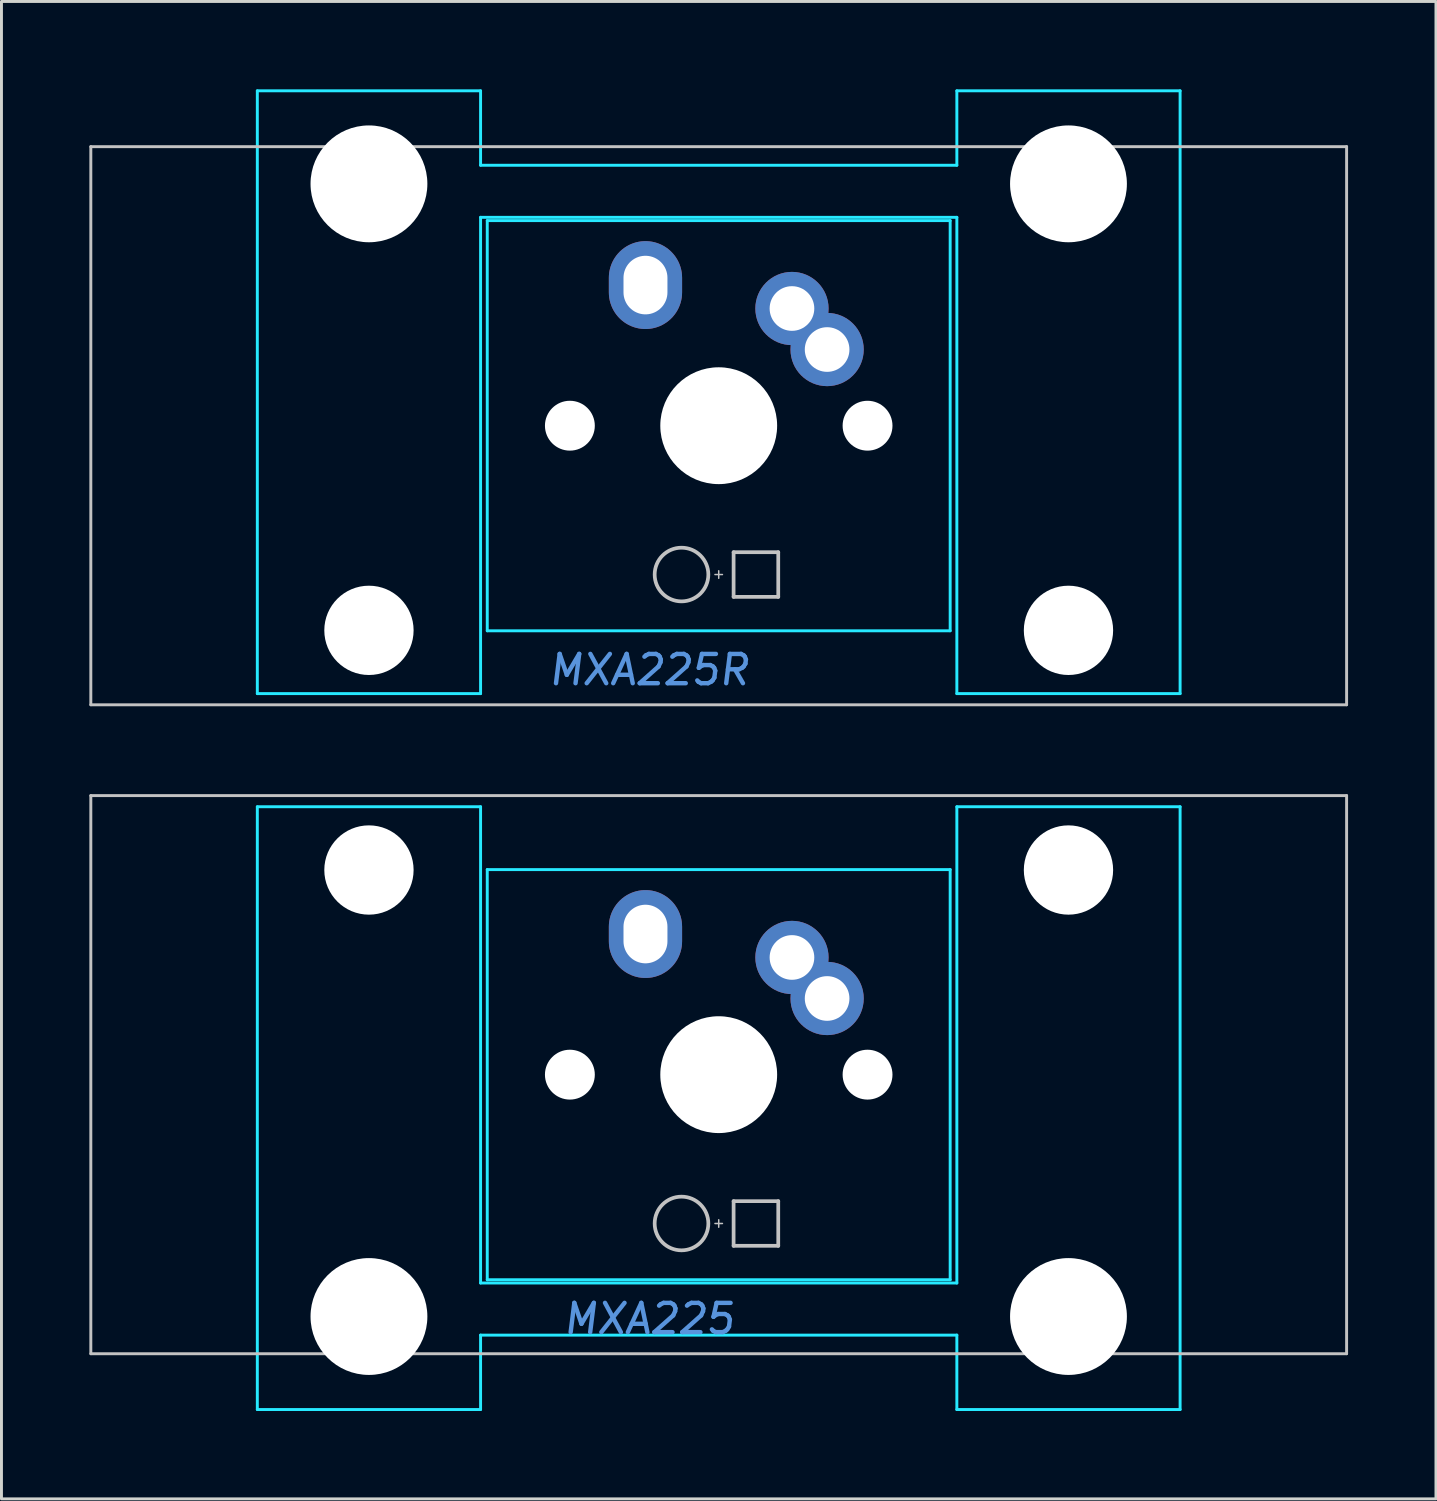
<source format=kicad_pcb>
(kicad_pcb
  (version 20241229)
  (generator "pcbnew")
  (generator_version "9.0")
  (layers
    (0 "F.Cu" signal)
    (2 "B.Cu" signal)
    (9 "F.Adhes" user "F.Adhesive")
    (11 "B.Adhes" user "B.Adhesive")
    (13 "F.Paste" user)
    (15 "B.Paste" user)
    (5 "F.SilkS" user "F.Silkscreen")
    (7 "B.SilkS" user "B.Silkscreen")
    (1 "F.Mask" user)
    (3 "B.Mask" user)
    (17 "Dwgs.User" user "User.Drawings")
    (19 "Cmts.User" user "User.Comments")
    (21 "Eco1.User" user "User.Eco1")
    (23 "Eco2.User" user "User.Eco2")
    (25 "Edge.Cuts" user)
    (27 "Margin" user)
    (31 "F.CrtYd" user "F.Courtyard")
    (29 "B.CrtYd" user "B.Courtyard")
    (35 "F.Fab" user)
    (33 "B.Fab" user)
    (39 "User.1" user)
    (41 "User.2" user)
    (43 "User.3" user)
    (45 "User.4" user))
  (footprint "MXA225"
    (layer "F.Cu")
    (at 21.481 33.63)
    (property "Reference" "MXA225" (at -2.381 8.334 0) (layer "Cmts.User") (effects (font (size 1 1) (thickness 0.15) (italic yes))))
    (attr through_hole)
    (fp_line (start -21.431 -9.525) (end -21.431 9.525) (stroke (width 0.1) (type solid)) (layer "Dwgs.User"))
    (fp_line (start -0.127 5.08) (end 0.127 5.08) (stroke (width 0.051) (type solid)) (layer "Dwgs.User"))
    (fp_line (start 0 4.953) (end 0 5.207) (stroke (width 0.051) (type solid)) (layer "Dwgs.User"))
    (fp_line (start 0.508 4.318) (end 0.508 5.842) (stroke (width 0.127) (type solid)) (layer "Dwgs.User"))
    (fp_line (start 0.508 4.318) (end 2.032 4.318) (stroke (width 0.127) (type solid)) (layer "Dwgs.User"))
    (fp_line (start 0.508 5.842) (end 2.032 5.842) (stroke (width 0.127) (type solid)) (layer "Dwgs.User"))
    (fp_line (start 2.032 5.842) (end 2.032 4.318) (stroke (width 0.127) (type solid)) (layer "Dwgs.User"))
    (fp_line (start 21.431 -9.525) (end -21.431 -9.525) (stroke (width 0.1) (type solid)) (layer "Dwgs.User"))
    (fp_line (start 21.431 -9.525) (end 21.431 9.525) (stroke (width 0.1) (type solid)) (layer "Dwgs.User"))
    (fp_line (start 21.431 9.525) (end -21.431 9.525) (stroke (width 0.1) (type solid)) (layer "Dwgs.User"))
    (fp_circle (center -1.27 5.08) (end -0.354 5.08) (stroke (width 0.127) (type solid)) (fill no) (layer "Dwgs.User"))
    (fp_line (start -15.748 -9.144) (end -8.128 -9.144) (stroke (width 0.1) (type solid)) (layer "B.CrtYd"))
    (fp_line (start -15.748 11.43) (end -15.748 -9.144) (stroke (width 0.1) (type solid)) (layer "B.CrtYd"))
    (fp_line (start -8.128 -9.144) (end -8.128 7.112) (stroke (width 0.1) (type solid)) (layer "B.CrtYd"))
    (fp_line (start -8.128 7.112) (end 8.128 7.112) (stroke (width 0.1) (type solid)) (layer "B.CrtYd"))
    (fp_line (start -8.128 8.89) (end 8.128 8.89) (stroke (width 0.1) (type solid)) (layer "B.CrtYd"))
    (fp_line (start -8.128 11.43) (end -15.748 11.43) (stroke (width 0.1) (type solid)) (layer "B.CrtYd"))
    (fp_line (start -8.128 11.43) (end -8.128 8.89) (stroke (width 0.1) (type solid)) (layer "B.CrtYd"))
    (fp_line (start -7.9 -7) (end -7.9 7) (stroke (width 0.1) (type solid)) (layer "B.CrtYd"))
    (fp_line (start 7.9 -7) (end -7.9 -7) (stroke (width 0.1) (type solid)) (layer "B.CrtYd"))
    (fp_line (start 7.9 -7) (end 7.9 7) (stroke (width 0.1) (type solid)) (layer "B.CrtYd"))
    (fp_line (start 7.9 7) (end -7.9 7) (stroke (width 0.1) (type solid)) (layer "B.CrtYd"))
    (fp_line (start 8.128 -9.144) (end 8.128 7.112) (stroke (width 0.1) (type solid)) (layer "B.CrtYd"))
    (fp_line (start 8.128 -9.144) (end 15.748 -9.144) (stroke (width 0.1) (type solid)) (layer "B.CrtYd"))
    (fp_line (start 8.128 11.43) (end 8.128 8.89) (stroke (width 0.1) (type solid)) (layer "B.CrtYd"))
    (fp_line (start 15.748 -9.144) (end 15.748 11.43) (stroke (width 0.1) (type solid)) (layer "B.CrtYd"))
    (fp_line (start 15.748 11.43) (end 8.128 11.43) (stroke (width 0.1) (type solid)) (layer "B.CrtYd"))
    (pad "" np_thru_hole circle (at -11.938 -6.985 180) (size 3.048 3.048) (drill 3.048) (layers "*.Cu" "*.Mask"))
    (pad "" np_thru_hole circle (at -11.938 8.255 180) (size 3.988 3.988) (drill 3.988) (layers "*.Cu" "*.Mask"))
    (pad "" np_thru_hole circle (at -5.08 0) (size 1.702 1.702) (drill 1.702) (layers "*.Cu" "*.Mask"))
    (pad "" np_thru_hole circle (at 0 0) (size 3.988 3.988) (drill 3.988) (layers "*.Cu" "*.Mask"))
    (pad "" np_thru_hole circle (at 5.08 0) (size 1.702 1.702) (drill 1.702) (layers "*.Cu" "*.Mask"))
    (pad "" np_thru_hole circle (at 11.938 -6.985 180) (size 3.048 3.048) (drill 3.048) (layers "*.Cu" "*.Mask"))
    (pad "" np_thru_hole circle (at 11.938 8.255 180) (size 3.988 3.988) (drill 3.988) (layers "*.Cu" "*.Mask"))
    (pad "1" thru_hole oval (at -2.5 -4.8) (size 2.5 3) (drill oval 1.5 2) (layers "*.Cu" "*.Mask"))
    (pad "2" thru_hole circle (at 2.5 -4) (size 2.5 2.5) (drill 1.524) (layers "*.Cu" "*.Mask"))
    (pad "2" thru_hole circle (at 3.7 -2.6) (size 2.5 2.5) (drill 1.524) (layers "*.Cu" "*.Mask")))
  (footprint "MXA225R"
    (layer "F.Cu")
    (at 21.481 11.48)
    (property "Reference" "MXA225R" (at -2.381 8.334 0) (layer "Cmts.User") (effects (font (size 1 1) (thickness 0.15) (italic yes))))
    (attr through_hole)
    (fp_line (start -21.431 -9.525) (end -21.431 9.525) (stroke (width 0.1) (type solid)) (layer "Dwgs.User"))
    (fp_line (start -0.127 5.08) (end 0.127 5.08) (stroke (width 0.051) (type solid)) (layer "Dwgs.User"))
    (fp_line (start 0 4.953) (end 0 5.207) (stroke (width 0.051) (type solid)) (layer "Dwgs.User"))
    (fp_line (start 0.508 4.318) (end 0.508 5.842) (stroke (width 0.127) (type solid)) (layer "Dwgs.User"))
    (fp_line (start 0.508 4.318) (end 2.032 4.318) (stroke (width 0.127) (type solid)) (layer "Dwgs.User"))
    (fp_line (start 0.508 5.842) (end 2.032 5.842) (stroke (width 0.127) (type solid)) (layer "Dwgs.User"))
    (fp_line (start 2.032 5.842) (end 2.032 4.318) (stroke (width 0.127) (type solid)) (layer "Dwgs.User"))
    (fp_line (start 21.431 -9.525) (end -21.431 -9.525) (stroke (width 0.1) (type solid)) (layer "Dwgs.User"))
    (fp_line (start 21.431 -9.525) (end 21.431 9.525) (stroke (width 0.1) (type solid)) (layer "Dwgs.User"))
    (fp_line (start 21.431 9.525) (end -21.431 9.525) (stroke (width 0.1) (type solid)) (layer "Dwgs.User"))
    (fp_circle (center -1.27 5.08) (end -0.354 5.08) (stroke (width 0.127) (type solid)) (fill no) (layer "Dwgs.User"))
    (fp_line (start -15.748 -11.43) (end -8.128 -11.43) (stroke (width 0.1) (type solid)) (layer "B.CrtYd"))
    (fp_line (start -15.748 9.144) (end -15.748 -11.43) (stroke (width 0.1) (type solid)) (layer "B.CrtYd"))
    (fp_line (start -8.128 -11.43) (end -8.128 -8.89) (stroke (width 0.1) (type solid)) (layer "B.CrtYd"))
    (fp_line (start -8.128 9.144) (end -15.748 9.144) (stroke (width 0.1) (type solid)) (layer "B.CrtYd"))
    (fp_line (start -8.128 9.144) (end -8.128 -7.112) (stroke (width 0.1) (type solid)) (layer "B.CrtYd"))
    (fp_line (start -7.9 -7) (end 7.9 -7) (stroke (width 0.1) (type solid)) (layer "B.CrtYd"))
    (fp_line (start -7.9 7) (end -7.9 -7) (stroke (width 0.1) (type solid)) (layer "B.CrtYd"))
    (fp_line (start -7.9 7) (end 7.9 7) (stroke (width 0.1) (type solid)) (layer "B.CrtYd"))
    (fp_line (start 7.9 7) (end 7.9 -7) (stroke (width 0.1) (type solid)) (layer "B.CrtYd"))
    (fp_line (start 8.128 -11.43) (end 8.128 -8.89) (stroke (width 0.1) (type solid)) (layer "B.CrtYd"))
    (fp_line (start 8.128 -11.43) (end 15.748 -11.43) (stroke (width 0.1) (type solid)) (layer "B.CrtYd"))
    (fp_line (start 8.128 -8.89) (end -8.128 -8.89) (stroke (width 0.1) (type solid)) (layer "B.CrtYd"))
    (fp_line (start 8.128 -7.112) (end -8.128 -7.112) (stroke (width 0.1) (type solid)) (layer "B.CrtYd"))
    (fp_line (start 8.128 9.144) (end 8.128 -7.112) (stroke (width 0.1) (type solid)) (layer "B.CrtYd"))
    (fp_line (start 15.748 -11.43) (end 15.748 9.144) (stroke (width 0.1) (type solid)) (layer "B.CrtYd"))
    (fp_line (start 15.748 9.144) (end 8.128 9.144) (stroke (width 0.1) (type solid)) (layer "B.CrtYd"))
    (pad "" np_thru_hole circle (at -11.938 -8.255) (size 3.988 3.988) (drill 3.988) (layers "*.Cu" "*.Mask"))
    (pad "" np_thru_hole circle (at -11.938 6.985) (size 3.048 3.048) (drill 3.048) (layers "*.Cu" "*.Mask"))
    (pad "" np_thru_hole circle (at -5.08 0) (size 1.702 1.702) (drill 1.702) (layers "*.Cu" "*.Mask"))
    (pad "" np_thru_hole circle (at 0 0) (size 3.988 3.988) (drill 3.988) (layers "*.Cu" "*.Mask"))
    (pad "" np_thru_hole circle (at 5.08 0) (size 1.702 1.702) (drill 1.702) (layers "*.Cu" "*.Mask"))
    (pad "" np_thru_hole circle (at 11.938 -8.255) (size 3.988 3.988) (drill 3.988) (layers "*.Cu" "*.Mask"))
    (pad "" np_thru_hole circle (at 11.938 6.985) (size 3.048 3.048) (drill 3.048) (layers "*.Cu" "*.Mask"))
    (pad "1" thru_hole oval (at -2.5 -4.8) (size 2.5 3) (drill oval 1.5 2) (layers "*.Cu" "*.Mask"))
    (pad "2" thru_hole circle (at 2.5 -4) (size 2.5 2.5) (drill 1.524) (layers "*.Cu" "*.Mask"))
    (pad "2" thru_hole circle (at 3.7 -2.6) (size 2.5 2.5) (drill 1.524) (layers "*.Cu" "*.Mask")))
  (gr_rect
    (start -3 -3)
    (end 45.962 48.11)
    (stroke (width 0.1) (type default))
    (fill no)
    (layer "Edge.Cuts")))
</source>
